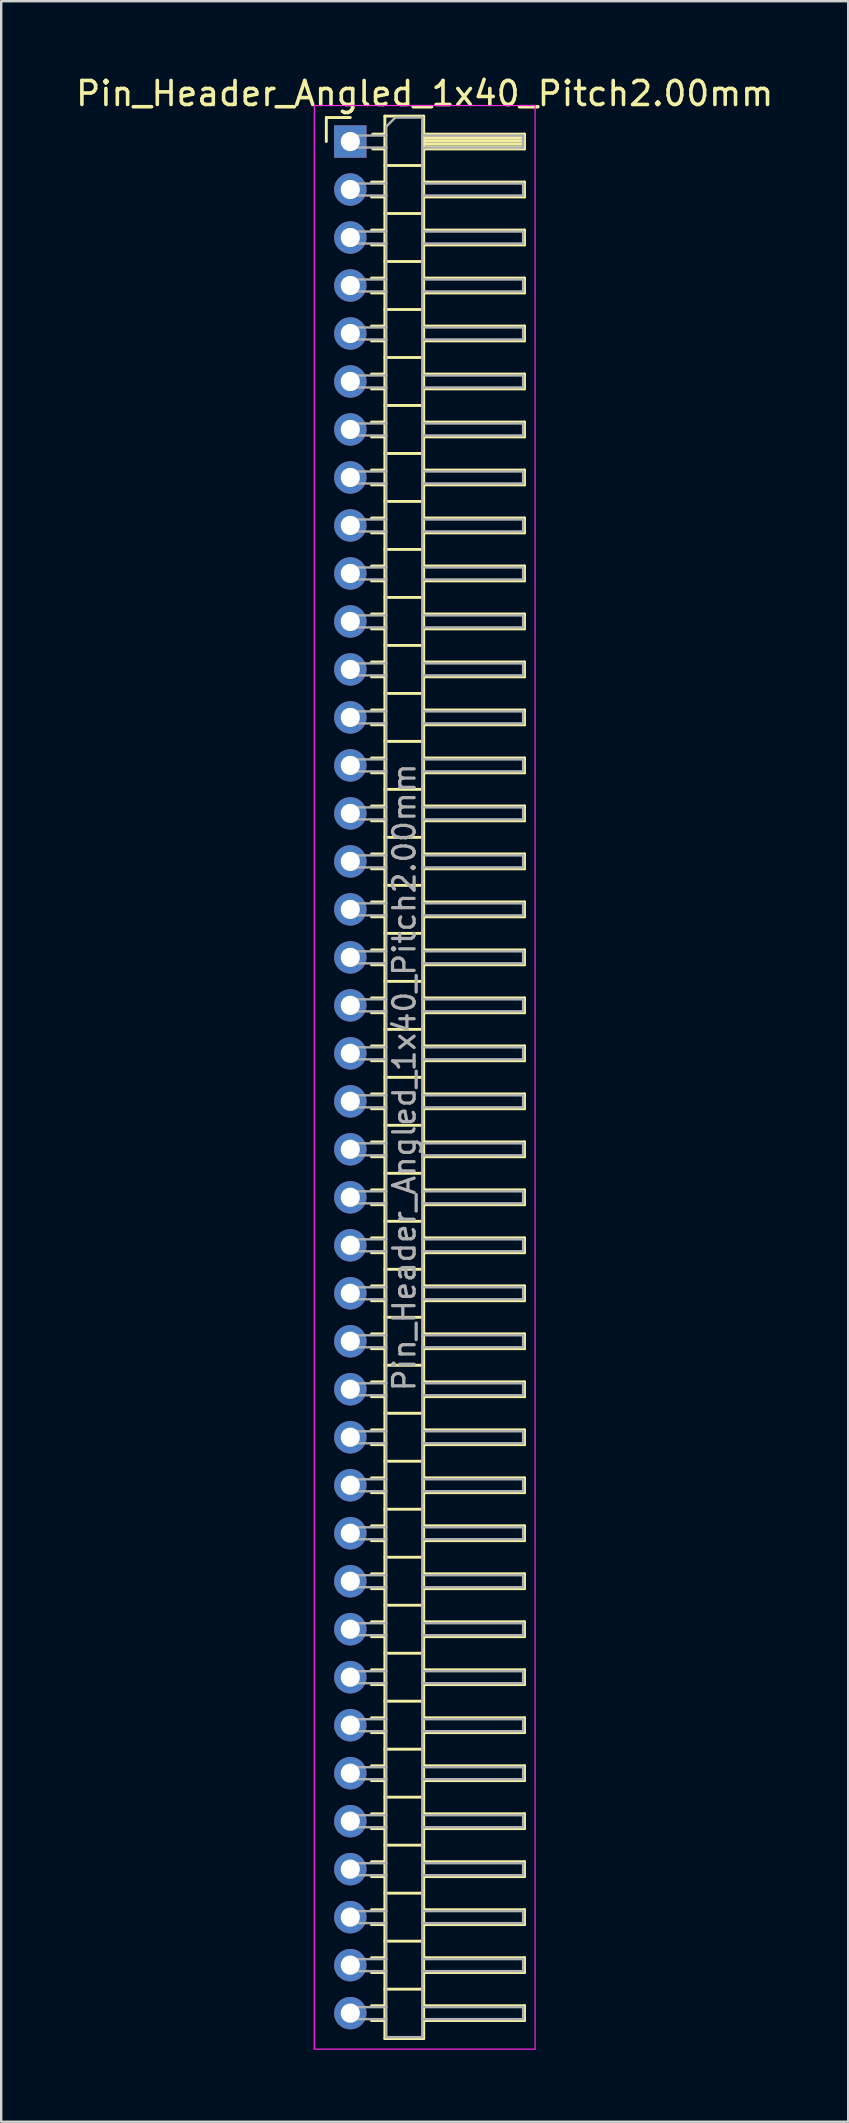
<source format=kicad_pcb>
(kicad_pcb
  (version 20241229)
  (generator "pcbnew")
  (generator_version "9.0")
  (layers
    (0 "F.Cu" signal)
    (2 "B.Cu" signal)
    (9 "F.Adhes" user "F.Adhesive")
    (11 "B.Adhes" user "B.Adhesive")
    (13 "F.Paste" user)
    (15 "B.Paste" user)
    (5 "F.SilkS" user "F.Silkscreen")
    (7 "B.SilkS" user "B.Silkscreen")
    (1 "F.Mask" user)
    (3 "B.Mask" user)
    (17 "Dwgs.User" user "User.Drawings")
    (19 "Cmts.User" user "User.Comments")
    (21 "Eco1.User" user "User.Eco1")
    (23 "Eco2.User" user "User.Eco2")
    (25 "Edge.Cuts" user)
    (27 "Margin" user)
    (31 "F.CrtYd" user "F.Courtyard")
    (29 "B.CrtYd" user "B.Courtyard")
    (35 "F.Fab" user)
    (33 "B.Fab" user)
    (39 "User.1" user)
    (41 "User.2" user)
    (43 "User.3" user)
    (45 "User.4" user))
  (footprint "Pin_Header_Angled_1x40_Pitch2.00mm"
    (layer "F.Cu")
    (at 11.549 2.848)
    (property "Reference" "Pin_Header_Angled_1x40_Pitch2.00mm" (at 3.1 -2 0) (layer "F.SilkS") (effects (font (size 1 1) (thickness 0.15))))
    (attr through_hole)
    (fp_line (start -1 -1) (end 0 -1) (stroke (width 0.12) (type solid)) (layer "F.SilkS"))
    (fp_line (start -1 0) (end -1 -1) (stroke (width 0.12) (type solid)) (layer "F.SilkS"))
    (fp_line (start 0.882 1.69) (end 1.44 1.69) (stroke (width 0.12) (type solid)) (layer "F.SilkS"))
    (fp_line (start 0.882 2.31) (end 1.44 2.31) (stroke (width 0.12) (type solid)) (layer "F.SilkS"))
    (fp_line (start 0.882 3.69) (end 1.44 3.69) (stroke (width 0.12) (type solid)) (layer "F.SilkS"))
    (fp_line (start 0.882 4.31) (end 1.44 4.31) (stroke (width 0.12) (type solid)) (layer "F.SilkS"))
    (fp_line (start 0.882 5.69) (end 1.44 5.69) (stroke (width 0.12) (type solid)) (layer "F.SilkS"))
    (fp_line (start 0.882 6.31) (end 1.44 6.31) (stroke (width 0.12) (type solid)) (layer "F.SilkS"))
    (fp_line (start 0.882 7.69) (end 1.44 7.69) (stroke (width 0.12) (type solid)) (layer "F.SilkS"))
    (fp_line (start 0.882 8.31) (end 1.44 8.31) (stroke (width 0.12) (type solid)) (layer "F.SilkS"))
    (fp_line (start 0.882 9.69) (end 1.44 9.69) (stroke (width 0.12) (type solid)) (layer "F.SilkS"))
    (fp_line (start 0.882 10.31) (end 1.44 10.31) (stroke (width 0.12) (type solid)) (layer "F.SilkS"))
    (fp_line (start 0.882 11.69) (end 1.44 11.69) (stroke (width 0.12) (type solid)) (layer "F.SilkS"))
    (fp_line (start 0.882 12.31) (end 1.44 12.31) (stroke (width 0.12) (type solid)) (layer "F.SilkS"))
    (fp_line (start 0.882 13.69) (end 1.44 13.69) (stroke (width 0.12) (type solid)) (layer "F.SilkS"))
    (fp_line (start 0.882 14.31) (end 1.44 14.31) (stroke (width 0.12) (type solid)) (layer "F.SilkS"))
    (fp_line (start 0.882 15.69) (end 1.44 15.69) (stroke (width 0.12) (type solid)) (layer "F.SilkS"))
    (fp_line (start 0.882 16.31) (end 1.44 16.31) (stroke (width 0.12) (type solid)) (layer "F.SilkS"))
    (fp_line (start 0.882 17.69) (end 1.44 17.69) (stroke (width 0.12) (type solid)) (layer "F.SilkS"))
    (fp_line (start 0.882 18.31) (end 1.44 18.31) (stroke (width 0.12) (type solid)) (layer "F.SilkS"))
    (fp_line (start 0.882 19.69) (end 1.44 19.69) (stroke (width 0.12) (type solid)) (layer "F.SilkS"))
    (fp_line (start 0.882 20.31) (end 1.44 20.31) (stroke (width 0.12) (type solid)) (layer "F.SilkS"))
    (fp_line (start 0.882 21.69) (end 1.44 21.69) (stroke (width 0.12) (type solid)) (layer "F.SilkS"))
    (fp_line (start 0.882 22.31) (end 1.44 22.31) (stroke (width 0.12) (type solid)) (layer "F.SilkS"))
    (fp_line (start 0.882 23.69) (end 1.44 23.69) (stroke (width 0.12) (type solid)) (layer "F.SilkS"))
    (fp_line (start 0.882 24.31) (end 1.44 24.31) (stroke (width 0.12) (type solid)) (layer "F.SilkS"))
    (fp_line (start 0.882 25.69) (end 1.44 25.69) (stroke (width 0.12) (type solid)) (layer "F.SilkS"))
    (fp_line (start 0.882 26.31) (end 1.44 26.31) (stroke (width 0.12) (type solid)) (layer "F.SilkS"))
    (fp_line (start 0.882 27.69) (end 1.44 27.69) (stroke (width 0.12) (type solid)) (layer "F.SilkS"))
    (fp_line (start 0.882 28.31) (end 1.44 28.31) (stroke (width 0.12) (type solid)) (layer "F.SilkS"))
    (fp_line (start 0.882 29.69) (end 1.44 29.69) (stroke (width 0.12) (type solid)) (layer "F.SilkS"))
    (fp_line (start 0.882 30.31) (end 1.44 30.31) (stroke (width 0.12) (type solid)) (layer "F.SilkS"))
    (fp_line (start 0.882 31.69) (end 1.44 31.69) (stroke (width 0.12) (type solid)) (layer "F.SilkS"))
    (fp_line (start 0.882 32.31) (end 1.44 32.31) (stroke (width 0.12) (type solid)) (layer "F.SilkS"))
    (fp_line (start 0.882 33.69) (end 1.44 33.69) (stroke (width 0.12) (type solid)) (layer "F.SilkS"))
    (fp_line (start 0.882 34.31) (end 1.44 34.31) (stroke (width 0.12) (type solid)) (layer "F.SilkS"))
    (fp_line (start 0.882 35.69) (end 1.44 35.69) (stroke (width 0.12) (type solid)) (layer "F.SilkS"))
    (fp_line (start 0.882 36.31) (end 1.44 36.31) (stroke (width 0.12) (type solid)) (layer "F.SilkS"))
    (fp_line (start 0.882 37.69) (end 1.44 37.69) (stroke (width 0.12) (type solid)) (layer "F.SilkS"))
    (fp_line (start 0.882 38.31) (end 1.44 38.31) (stroke (width 0.12) (type solid)) (layer "F.SilkS"))
    (fp_line (start 0.882 39.69) (end 1.44 39.69) (stroke (width 0.12) (type solid)) (layer "F.SilkS"))
    (fp_line (start 0.882 40.31) (end 1.44 40.31) (stroke (width 0.12) (type solid)) (layer "F.SilkS"))
    (fp_line (start 0.882 41.69) (end 1.44 41.69) (stroke (width 0.12) (type solid)) (layer "F.SilkS"))
    (fp_line (start 0.882 42.31) (end 1.44 42.31) (stroke (width 0.12) (type solid)) (layer "F.SilkS"))
    (fp_line (start 0.882 43.69) (end 1.44 43.69) (stroke (width 0.12) (type solid)) (layer "F.SilkS"))
    (fp_line (start 0.882 44.31) (end 1.44 44.31) (stroke (width 0.12) (type solid)) (layer "F.SilkS"))
    (fp_line (start 0.882 45.69) (end 1.44 45.69) (stroke (width 0.12) (type solid)) (layer "F.SilkS"))
    (fp_line (start 0.882 46.31) (end 1.44 46.31) (stroke (width 0.12) (type solid)) (layer "F.SilkS"))
    (fp_line (start 0.882 47.69) (end 1.44 47.69) (stroke (width 0.12) (type solid)) (layer "F.SilkS"))
    (fp_line (start 0.882 48.31) (end 1.44 48.31) (stroke (width 0.12) (type solid)) (layer "F.SilkS"))
    (fp_line (start 0.882 49.69) (end 1.44 49.69) (stroke (width 0.12) (type solid)) (layer "F.SilkS"))
    (fp_line (start 0.882 50.31) (end 1.44 50.31) (stroke (width 0.12) (type solid)) (layer "F.SilkS"))
    (fp_line (start 0.882 51.69) (end 1.44 51.69) (stroke (width 0.12) (type solid)) (layer "F.SilkS"))
    (fp_line (start 0.882 52.31) (end 1.44 52.31) (stroke (width 0.12) (type solid)) (layer "F.SilkS"))
    (fp_line (start 0.882 53.69) (end 1.44 53.69) (stroke (width 0.12) (type solid)) (layer "F.SilkS"))
    (fp_line (start 0.882 54.31) (end 1.44 54.31) (stroke (width 0.12) (type solid)) (layer "F.SilkS"))
    (fp_line (start 0.882 55.69) (end 1.44 55.69) (stroke (width 0.12) (type solid)) (layer "F.SilkS"))
    (fp_line (start 0.882 56.31) (end 1.44 56.31) (stroke (width 0.12) (type solid)) (layer "F.SilkS"))
    (fp_line (start 0.882 57.69) (end 1.44 57.69) (stroke (width 0.12) (type solid)) (layer "F.SilkS"))
    (fp_line (start 0.882 58.31) (end 1.44 58.31) (stroke (width 0.12) (type solid)) (layer "F.SilkS"))
    (fp_line (start 0.882 59.69) (end 1.44 59.69) (stroke (width 0.12) (type solid)) (layer "F.SilkS"))
    (fp_line (start 0.882 60.31) (end 1.44 60.31) (stroke (width 0.12) (type solid)) (layer "F.SilkS"))
    (fp_line (start 0.882 61.69) (end 1.44 61.69) (stroke (width 0.12) (type solid)) (layer "F.SilkS"))
    (fp_line (start 0.882 62.31) (end 1.44 62.31) (stroke (width 0.12) (type solid)) (layer "F.SilkS"))
    (fp_line (start 0.882 63.69) (end 1.44 63.69) (stroke (width 0.12) (type solid)) (layer "F.SilkS"))
    (fp_line (start 0.882 64.31) (end 1.44 64.31) (stroke (width 0.12) (type solid)) (layer "F.SilkS"))
    (fp_line (start 0.882 65.69) (end 1.44 65.69) (stroke (width 0.12) (type solid)) (layer "F.SilkS"))
    (fp_line (start 0.882 66.31) (end 1.44 66.31) (stroke (width 0.12) (type solid)) (layer "F.SilkS"))
    (fp_line (start 0.882 67.69) (end 1.44 67.69) (stroke (width 0.12) (type solid)) (layer "F.SilkS"))
    (fp_line (start 0.882 68.31) (end 1.44 68.31) (stroke (width 0.12) (type solid)) (layer "F.SilkS"))
    (fp_line (start 0.882 69.69) (end 1.44 69.69) (stroke (width 0.12) (type solid)) (layer "F.SilkS"))
    (fp_line (start 0.882 70.31) (end 1.44 70.31) (stroke (width 0.12) (type solid)) (layer "F.SilkS"))
    (fp_line (start 0.882 71.69) (end 1.44 71.69) (stroke (width 0.12) (type solid)) (layer "F.SilkS"))
    (fp_line (start 0.882 72.31) (end 1.44 72.31) (stroke (width 0.12) (type solid)) (layer "F.SilkS"))
    (fp_line (start 0.882 73.69) (end 1.44 73.69) (stroke (width 0.12) (type solid)) (layer "F.SilkS"))
    (fp_line (start 0.882 74.31) (end 1.44 74.31) (stroke (width 0.12) (type solid)) (layer "F.SilkS"))
    (fp_line (start 0.882 75.69) (end 1.44 75.69) (stroke (width 0.12) (type solid)) (layer "F.SilkS"))
    (fp_line (start 0.882 76.31) (end 1.44 76.31) (stroke (width 0.12) (type solid)) (layer "F.SilkS"))
    (fp_line (start 0.882 77.69) (end 1.44 77.69) (stroke (width 0.12) (type solid)) (layer "F.SilkS"))
    (fp_line (start 0.882 78.31) (end 1.44 78.31) (stroke (width 0.12) (type solid)) (layer "F.SilkS"))
    (fp_line (start 0.935 -0.31) (end 1.44 -0.31) (stroke (width 0.12) (type solid)) (layer "F.SilkS"))
    (fp_line (start 0.935 0.31) (end 1.44 0.31) (stroke (width 0.12) (type solid)) (layer "F.SilkS"))
    (fp_line (start 1.44 -1.06) (end 1.44 79.06) (stroke (width 0.12) (type solid)) (layer "F.SilkS"))
    (fp_line (start 1.44 1) (end 3.06 1) (stroke (width 0.12) (type solid)) (layer "F.SilkS"))
    (fp_line (start 1.44 3) (end 3.06 3) (stroke (width 0.12) (type solid)) (layer "F.SilkS"))
    (fp_line (start 1.44 5) (end 3.06 5) (stroke (width 0.12) (type solid)) (layer "F.SilkS"))
    (fp_line (start 1.44 7) (end 3.06 7) (stroke (width 0.12) (type solid)) (layer "F.SilkS"))
    (fp_line (start 1.44 9) (end 3.06 9) (stroke (width 0.12) (type solid)) (layer "F.SilkS"))
    (fp_line (start 1.44 11) (end 3.06 11) (stroke (width 0.12) (type solid)) (layer "F.SilkS"))
    (fp_line (start 1.44 13) (end 3.06 13) (stroke (width 0.12) (type solid)) (layer "F.SilkS"))
    (fp_line (start 1.44 15) (end 3.06 15) (stroke (width 0.12) (type solid)) (layer "F.SilkS"))
    (fp_line (start 1.44 17) (end 3.06 17) (stroke (width 0.12) (type solid)) (layer "F.SilkS"))
    (fp_line (start 1.44 19) (end 3.06 19) (stroke (width 0.12) (type solid)) (layer "F.SilkS"))
    (fp_line (start 1.44 21) (end 3.06 21) (stroke (width 0.12) (type solid)) (layer "F.SilkS"))
    (fp_line (start 1.44 23) (end 3.06 23) (stroke (width 0.12) (type solid)) (layer "F.SilkS"))
    (fp_line (start 1.44 25) (end 3.06 25) (stroke (width 0.12) (type solid)) (layer "F.SilkS"))
    (fp_line (start 1.44 27) (end 3.06 27) (stroke (width 0.12) (type solid)) (layer "F.SilkS"))
    (fp_line (start 1.44 29) (end 3.06 29) (stroke (width 0.12) (type solid)) (layer "F.SilkS"))
    (fp_line (start 1.44 31) (end 3.06 31) (stroke (width 0.12) (type solid)) (layer "F.SilkS"))
    (fp_line (start 1.44 33) (end 3.06 33) (stroke (width 0.12) (type solid)) (layer "F.SilkS"))
    (fp_line (start 1.44 35) (end 3.06 35) (stroke (width 0.12) (type solid)) (layer "F.SilkS"))
    (fp_line (start 1.44 37) (end 3.06 37) (stroke (width 0.12) (type solid)) (layer "F.SilkS"))
    (fp_line (start 1.44 39) (end 3.06 39) (stroke (width 0.12) (type solid)) (layer "F.SilkS"))
    (fp_line (start 1.44 41) (end 3.06 41) (stroke (width 0.12) (type solid)) (layer "F.SilkS"))
    (fp_line (start 1.44 43) (end 3.06 43) (stroke (width 0.12) (type solid)) (layer "F.SilkS"))
    (fp_line (start 1.44 45) (end 3.06 45) (stroke (width 0.12) (type solid)) (layer "F.SilkS"))
    (fp_line (start 1.44 47) (end 3.06 47) (stroke (width 0.12) (type solid)) (layer "F.SilkS"))
    (fp_line (start 1.44 49) (end 3.06 49) (stroke (width 0.12) (type solid)) (layer "F.SilkS"))
    (fp_line (start 1.44 51) (end 3.06 51) (stroke (width 0.12) (type solid)) (layer "F.SilkS"))
    (fp_line (start 1.44 53) (end 3.06 53) (stroke (width 0.12) (type solid)) (layer "F.SilkS"))
    (fp_line (start 1.44 55) (end 3.06 55) (stroke (width 0.12) (type solid)) (layer "F.SilkS"))
    (fp_line (start 1.44 57) (end 3.06 57) (stroke (width 0.12) (type solid)) (layer "F.SilkS"))
    (fp_line (start 1.44 59) (end 3.06 59) (stroke (width 0.12) (type solid)) (layer "F.SilkS"))
    (fp_line (start 1.44 61) (end 3.06 61) (stroke (width 0.12) (type solid)) (layer "F.SilkS"))
    (fp_line (start 1.44 63) (end 3.06 63) (stroke (width 0.12) (type solid)) (layer "F.SilkS"))
    (fp_line (start 1.44 65) (end 3.06 65) (stroke (width 0.12) (type solid)) (layer "F.SilkS"))
    (fp_line (start 1.44 67) (end 3.06 67) (stroke (width 0.12) (type solid)) (layer "F.SilkS"))
    (fp_line (start 1.44 69) (end 3.06 69) (stroke (width 0.12) (type solid)) (layer "F.SilkS"))
    (fp_line (start 1.44 71) (end 3.06 71) (stroke (width 0.12) (type solid)) (layer "F.SilkS"))
    (fp_line (start 1.44 73) (end 3.06 73) (stroke (width 0.12) (type solid)) (layer "F.SilkS"))
    (fp_line (start 1.44 75) (end 3.06 75) (stroke (width 0.12) (type solid)) (layer "F.SilkS"))
    (fp_line (start 1.44 77) (end 3.06 77) (stroke (width 0.12) (type solid)) (layer "F.SilkS"))
    (fp_line (start 1.44 79.06) (end 3.06 79.06) (stroke (width 0.12) (type solid)) (layer "F.SilkS"))
    (fp_line (start 3.06 -1.06) (end 1.44 -1.06) (stroke (width 0.12) (type solid)) (layer "F.SilkS"))
    (fp_line (start 3.06 -0.31) (end 7.26 -0.31) (stroke (width 0.12) (type solid)) (layer "F.SilkS"))
    (fp_line (start 3.06 -0.25) (end 7.26 -0.25) (stroke (width 0.12) (type solid)) (layer "F.SilkS"))
    (fp_line (start 3.06 -0.13) (end 7.26 -0.13) (stroke (width 0.12) (type solid)) (layer "F.SilkS"))
    (fp_line (start 3.06 -0.01) (end 7.26 -0.01) (stroke (width 0.12) (type solid)) (layer "F.SilkS"))
    (fp_line (start 3.06 0.11) (end 7.26 0.11) (stroke (width 0.12) (type solid)) (layer "F.SilkS"))
    (fp_line (start 3.06 0.23) (end 7.26 0.23) (stroke (width 0.12) (type solid)) (layer "F.SilkS"))
    (fp_line (start 3.06 1.69) (end 7.26 1.69) (stroke (width 0.12) (type solid)) (layer "F.SilkS"))
    (fp_line (start 3.06 3.69) (end 7.26 3.69) (stroke (width 0.12) (type solid)) (layer "F.SilkS"))
    (fp_line (start 3.06 5.69) (end 7.26 5.69) (stroke (width 0.12) (type solid)) (layer "F.SilkS"))
    (fp_line (start 3.06 7.69) (end 7.26 7.69) (stroke (width 0.12) (type solid)) (layer "F.SilkS"))
    (fp_line (start 3.06 9.69) (end 7.26 9.69) (stroke (width 0.12) (type solid)) (layer "F.SilkS"))
    (fp_line (start 3.06 11.69) (end 7.26 11.69) (stroke (width 0.12) (type solid)) (layer "F.SilkS"))
    (fp_line (start 3.06 13.69) (end 7.26 13.69) (stroke (width 0.12) (type solid)) (layer "F.SilkS"))
    (fp_line (start 3.06 15.69) (end 7.26 15.69) (stroke (width 0.12) (type solid)) (layer "F.SilkS"))
    (fp_line (start 3.06 17.69) (end 7.26 17.69) (stroke (width 0.12) (type solid)) (layer "F.SilkS"))
    (fp_line (start 3.06 19.69) (end 7.26 19.69) (stroke (width 0.12) (type solid)) (layer "F.SilkS"))
    (fp_line (start 3.06 21.69) (end 7.26 21.69) (stroke (width 0.12) (type solid)) (layer "F.SilkS"))
    (fp_line (start 3.06 23.69) (end 7.26 23.69) (stroke (width 0.12) (type solid)) (layer "F.SilkS"))
    (fp_line (start 3.06 25.69) (end 7.26 25.69) (stroke (width 0.12) (type solid)) (layer "F.SilkS"))
    (fp_line (start 3.06 27.69) (end 7.26 27.69) (stroke (width 0.12) (type solid)) (layer "F.SilkS"))
    (fp_line (start 3.06 29.69) (end 7.26 29.69) (stroke (width 0.12) (type solid)) (layer "F.SilkS"))
    (fp_line (start 3.06 31.69) (end 7.26 31.69) (stroke (width 0.12) (type solid)) (layer "F.SilkS"))
    (fp_line (start 3.06 33.69) (end 7.26 33.69) (stroke (width 0.12) (type solid)) (layer "F.SilkS"))
    (fp_line (start 3.06 35.69) (end 7.26 35.69) (stroke (width 0.12) (type solid)) (layer "F.SilkS"))
    (fp_line (start 3.06 37.69) (end 7.26 37.69) (stroke (width 0.12) (type solid)) (layer "F.SilkS"))
    (fp_line (start 3.06 39.69) (end 7.26 39.69) (stroke (width 0.12) (type solid)) (layer "F.SilkS"))
    (fp_line (start 3.06 41.69) (end 7.26 41.69) (stroke (width 0.12) (type solid)) (layer "F.SilkS"))
    (fp_line (start 3.06 43.69) (end 7.26 43.69) (stroke (width 0.12) (type solid)) (layer "F.SilkS"))
    (fp_line (start 3.06 45.69) (end 7.26 45.69) (stroke (width 0.12) (type solid)) (layer "F.SilkS"))
    (fp_line (start 3.06 47.69) (end 7.26 47.69) (stroke (width 0.12) (type solid)) (layer "F.SilkS"))
    (fp_line (start 3.06 49.69) (end 7.26 49.69) (stroke (width 0.12) (type solid)) (layer "F.SilkS"))
    (fp_line (start 3.06 51.69) (end 7.26 51.69) (stroke (width 0.12) (type solid)) (layer "F.SilkS"))
    (fp_line (start 3.06 53.69) (end 7.26 53.69) (stroke (width 0.12) (type solid)) (layer "F.SilkS"))
    (fp_line (start 3.06 55.69) (end 7.26 55.69) (stroke (width 0.12) (type solid)) (layer "F.SilkS"))
    (fp_line (start 3.06 57.69) (end 7.26 57.69) (stroke (width 0.12) (type solid)) (layer "F.SilkS"))
    (fp_line (start 3.06 59.69) (end 7.26 59.69) (stroke (width 0.12) (type solid)) (layer "F.SilkS"))
    (fp_line (start 3.06 61.69) (end 7.26 61.69) (stroke (width 0.12) (type solid)) (layer "F.SilkS"))
    (fp_line (start 3.06 63.69) (end 7.26 63.69) (stroke (width 0.12) (type solid)) (layer "F.SilkS"))
    (fp_line (start 3.06 65.69) (end 7.26 65.69) (stroke (width 0.12) (type solid)) (layer "F.SilkS"))
    (fp_line (start 3.06 67.69) (end 7.26 67.69) (stroke (width 0.12) (type solid)) (layer "F.SilkS"))
    (fp_line (start 3.06 69.69) (end 7.26 69.69) (stroke (width 0.12) (type solid)) (layer "F.SilkS"))
    (fp_line (start 3.06 71.69) (end 7.26 71.69) (stroke (width 0.12) (type solid)) (layer "F.SilkS"))
    (fp_line (start 3.06 73.69) (end 7.26 73.69) (stroke (width 0.12) (type solid)) (layer "F.SilkS"))
    (fp_line (start 3.06 75.69) (end 7.26 75.69) (stroke (width 0.12) (type solid)) (layer "F.SilkS"))
    (fp_line (start 3.06 77.69) (end 7.26 77.69) (stroke (width 0.12) (type solid)) (layer "F.SilkS"))
    (fp_line (start 3.06 79.06) (end 3.06 -1.06) (stroke (width 0.12) (type solid)) (layer "F.SilkS"))
    (fp_line (start 7.26 -0.31) (end 7.26 0.31) (stroke (width 0.12) (type solid)) (layer "F.SilkS"))
    (fp_line (start 7.26 0.31) (end 3.06 0.31) (stroke (width 0.12) (type solid)) (layer "F.SilkS"))
    (fp_line (start 7.26 1.69) (end 7.26 2.31) (stroke (width 0.12) (type solid)) (layer "F.SilkS"))
    (fp_line (start 7.26 2.31) (end 3.06 2.31) (stroke (width 0.12) (type solid)) (layer "F.SilkS"))
    (fp_line (start 7.26 3.69) (end 7.26 4.31) (stroke (width 0.12) (type solid)) (layer "F.SilkS"))
    (fp_line (start 7.26 4.31) (end 3.06 4.31) (stroke (width 0.12) (type solid)) (layer "F.SilkS"))
    (fp_line (start 7.26 5.69) (end 7.26 6.31) (stroke (width 0.12) (type solid)) (layer "F.SilkS"))
    (fp_line (start 7.26 6.31) (end 3.06 6.31) (stroke (width 0.12) (type solid)) (layer "F.SilkS"))
    (fp_line (start 7.26 7.69) (end 7.26 8.31) (stroke (width 0.12) (type solid)) (layer "F.SilkS"))
    (fp_line (start 7.26 8.31) (end 3.06 8.31) (stroke (width 0.12) (type solid)) (layer "F.SilkS"))
    (fp_line (start 7.26 9.69) (end 7.26 10.31) (stroke (width 0.12) (type solid)) (layer "F.SilkS"))
    (fp_line (start 7.26 10.31) (end 3.06 10.31) (stroke (width 0.12) (type solid)) (layer "F.SilkS"))
    (fp_line (start 7.26 11.69) (end 7.26 12.31) (stroke (width 0.12) (type solid)) (layer "F.SilkS"))
    (fp_line (start 7.26 12.31) (end 3.06 12.31) (stroke (width 0.12) (type solid)) (layer "F.SilkS"))
    (fp_line (start 7.26 13.69) (end 7.26 14.31) (stroke (width 0.12) (type solid)) (layer "F.SilkS"))
    (fp_line (start 7.26 14.31) (end 3.06 14.31) (stroke (width 0.12) (type solid)) (layer "F.SilkS"))
    (fp_line (start 7.26 15.69) (end 7.26 16.31) (stroke (width 0.12) (type solid)) (layer "F.SilkS"))
    (fp_line (start 7.26 16.31) (end 3.06 16.31) (stroke (width 0.12) (type solid)) (layer "F.SilkS"))
    (fp_line (start 7.26 17.69) (end 7.26 18.31) (stroke (width 0.12) (type solid)) (layer "F.SilkS"))
    (fp_line (start 7.26 18.31) (end 3.06 18.31) (stroke (width 0.12) (type solid)) (layer "F.SilkS"))
    (fp_line (start 7.26 19.69) (end 7.26 20.31) (stroke (width 0.12) (type solid)) (layer "F.SilkS"))
    (fp_line (start 7.26 20.31) (end 3.06 20.31) (stroke (width 0.12) (type solid)) (layer "F.SilkS"))
    (fp_line (start 7.26 21.69) (end 7.26 22.31) (stroke (width 0.12) (type solid)) (layer "F.SilkS"))
    (fp_line (start 7.26 22.31) (end 3.06 22.31) (stroke (width 0.12) (type solid)) (layer "F.SilkS"))
    (fp_line (start 7.26 23.69) (end 7.26 24.31) (stroke (width 0.12) (type solid)) (layer "F.SilkS"))
    (fp_line (start 7.26 24.31) (end 3.06 24.31) (stroke (width 0.12) (type solid)) (layer "F.SilkS"))
    (fp_line (start 7.26 25.69) (end 7.26 26.31) (stroke (width 0.12) (type solid)) (layer "F.SilkS"))
    (fp_line (start 7.26 26.31) (end 3.06 26.31) (stroke (width 0.12) (type solid)) (layer "F.SilkS"))
    (fp_line (start 7.26 27.69) (end 7.26 28.31) (stroke (width 0.12) (type solid)) (layer "F.SilkS"))
    (fp_line (start 7.26 28.31) (end 3.06 28.31) (stroke (width 0.12) (type solid)) (layer "F.SilkS"))
    (fp_line (start 7.26 29.69) (end 7.26 30.31) (stroke (width 0.12) (type solid)) (layer "F.SilkS"))
    (fp_line (start 7.26 30.31) (end 3.06 30.31) (stroke (width 0.12) (type solid)) (layer "F.SilkS"))
    (fp_line (start 7.26 31.69) (end 7.26 32.31) (stroke (width 0.12) (type solid)) (layer "F.SilkS"))
    (fp_line (start 7.26 32.31) (end 3.06 32.31) (stroke (width 0.12) (type solid)) (layer "F.SilkS"))
    (fp_line (start 7.26 33.69) (end 7.26 34.31) (stroke (width 0.12) (type solid)) (layer "F.SilkS"))
    (fp_line (start 7.26 34.31) (end 3.06 34.31) (stroke (width 0.12) (type solid)) (layer "F.SilkS"))
    (fp_line (start 7.26 35.69) (end 7.26 36.31) (stroke (width 0.12) (type solid)) (layer "F.SilkS"))
    (fp_line (start 7.26 36.31) (end 3.06 36.31) (stroke (width 0.12) (type solid)) (layer "F.SilkS"))
    (fp_line (start 7.26 37.69) (end 7.26 38.31) (stroke (width 0.12) (type solid)) (layer "F.SilkS"))
    (fp_line (start 7.26 38.31) (end 3.06 38.31) (stroke (width 0.12) (type solid)) (layer "F.SilkS"))
    (fp_line (start 7.26 39.69) (end 7.26 40.31) (stroke (width 0.12) (type solid)) (layer "F.SilkS"))
    (fp_line (start 7.26 40.31) (end 3.06 40.31) (stroke (width 0.12) (type solid)) (layer "F.SilkS"))
    (fp_line (start 7.26 41.69) (end 7.26 42.31) (stroke (width 0.12) (type solid)) (layer "F.SilkS"))
    (fp_line (start 7.26 42.31) (end 3.06 42.31) (stroke (width 0.12) (type solid)) (layer "F.SilkS"))
    (fp_line (start 7.26 43.69) (end 7.26 44.31) (stroke (width 0.12) (type solid)) (layer "F.SilkS"))
    (fp_line (start 7.26 44.31) (end 3.06 44.31) (stroke (width 0.12) (type solid)) (layer "F.SilkS"))
    (fp_line (start 7.26 45.69) (end 7.26 46.31) (stroke (width 0.12) (type solid)) (layer "F.SilkS"))
    (fp_line (start 7.26 46.31) (end 3.06 46.31) (stroke (width 0.12) (type solid)) (layer "F.SilkS"))
    (fp_line (start 7.26 47.69) (end 7.26 48.31) (stroke (width 0.12) (type solid)) (layer "F.SilkS"))
    (fp_line (start 7.26 48.31) (end 3.06 48.31) (stroke (width 0.12) (type solid)) (layer "F.SilkS"))
    (fp_line (start 7.26 49.69) (end 7.26 50.31) (stroke (width 0.12) (type solid)) (layer "F.SilkS"))
    (fp_line (start 7.26 50.31) (end 3.06 50.31) (stroke (width 0.12) (type solid)) (layer "F.SilkS"))
    (fp_line (start 7.26 51.69) (end 7.26 52.31) (stroke (width 0.12) (type solid)) (layer "F.SilkS"))
    (fp_line (start 7.26 52.31) (end 3.06 52.31) (stroke (width 0.12) (type solid)) (layer "F.SilkS"))
    (fp_line (start 7.26 53.69) (end 7.26 54.31) (stroke (width 0.12) (type solid)) (layer "F.SilkS"))
    (fp_line (start 7.26 54.31) (end 3.06 54.31) (stroke (width 0.12) (type solid)) (layer "F.SilkS"))
    (fp_line (start 7.26 55.69) (end 7.26 56.31) (stroke (width 0.12) (type solid)) (layer "F.SilkS"))
    (fp_line (start 7.26 56.31) (end 3.06 56.31) (stroke (width 0.12) (type solid)) (layer "F.SilkS"))
    (fp_line (start 7.26 57.69) (end 7.26 58.31) (stroke (width 0.12) (type solid)) (layer "F.SilkS"))
    (fp_line (start 7.26 58.31) (end 3.06 58.31) (stroke (width 0.12) (type solid)) (layer "F.SilkS"))
    (fp_line (start 7.26 59.69) (end 7.26 60.31) (stroke (width 0.12) (type solid)) (layer "F.SilkS"))
    (fp_line (start 7.26 60.31) (end 3.06 60.31) (stroke (width 0.12) (type solid)) (layer "F.SilkS"))
    (fp_line (start 7.26 61.69) (end 7.26 62.31) (stroke (width 0.12) (type solid)) (layer "F.SilkS"))
    (fp_line (start 7.26 62.31) (end 3.06 62.31) (stroke (width 0.12) (type solid)) (layer "F.SilkS"))
    (fp_line (start 7.26 63.69) (end 7.26 64.31) (stroke (width 0.12) (type solid)) (layer "F.SilkS"))
    (fp_line (start 7.26 64.31) (end 3.06 64.31) (stroke (width 0.12) (type solid)) (layer "F.SilkS"))
    (fp_line (start 7.26 65.69) (end 7.26 66.31) (stroke (width 0.12) (type solid)) (layer "F.SilkS"))
    (fp_line (start 7.26 66.31) (end 3.06 66.31) (stroke (width 0.12) (type solid)) (layer "F.SilkS"))
    (fp_line (start 7.26 67.69) (end 7.26 68.31) (stroke (width 0.12) (type solid)) (layer "F.SilkS"))
    (fp_line (start 7.26 68.31) (end 3.06 68.31) (stroke (width 0.12) (type solid)) (layer "F.SilkS"))
    (fp_line (start 7.26 69.69) (end 7.26 70.31) (stroke (width 0.12) (type solid)) (layer "F.SilkS"))
    (fp_line (start 7.26 70.31) (end 3.06 70.31) (stroke (width 0.12) (type solid)) (layer "F.SilkS"))
    (fp_line (start 7.26 71.69) (end 7.26 72.31) (stroke (width 0.12) (type solid)) (layer "F.SilkS"))
    (fp_line (start 7.26 72.31) (end 3.06 72.31) (stroke (width 0.12) (type solid)) (layer "F.SilkS"))
    (fp_line (start 7.26 73.69) (end 7.26 74.31) (stroke (width 0.12) (type solid)) (layer "F.SilkS"))
    (fp_line (start 7.26 74.31) (end 3.06 74.31) (stroke (width 0.12) (type solid)) (layer "F.SilkS"))
    (fp_line (start 7.26 75.69) (end 7.26 76.31) (stroke (width 0.12) (type solid)) (layer "F.SilkS"))
    (fp_line (start 7.26 76.31) (end 3.06 76.31) (stroke (width 0.12) (type solid)) (layer "F.SilkS"))
    (fp_line (start 7.26 77.69) (end 7.26 78.31) (stroke (width 0.12) (type solid)) (layer "F.SilkS"))
    (fp_line (start 7.26 78.31) (end 3.06 78.31) (stroke (width 0.12) (type solid)) (layer "F.SilkS"))
    (fp_line (start -1.5 -1.5) (end -1.5 79.5) (stroke (width 0.05) (type solid)) (layer "F.CrtYd"))
    (fp_line (start -1.5 79.5) (end 7.7 79.5) (stroke (width 0.05) (type solid)) (layer "F.CrtYd"))
    (fp_line (start 7.7 -1.5) (end -1.5 -1.5) (stroke (width 0.05) (type solid)) (layer "F.CrtYd"))
    (fp_line (start 7.7 79.5) (end 7.7 -1.5) (stroke (width 0.05) (type solid)) (layer "F.CrtYd"))
    (fp_line (start -0.25 -0.25) (end -0.25 0.25) (stroke (width 0.1) (type solid)) (layer "F.Fab"))
    (fp_line (start -0.25 -0.25) (end 1.5 -0.25) (stroke (width 0.1) (type solid)) (layer "F.Fab"))
    (fp_line (start -0.25 0.25) (end 1.5 0.25) (stroke (width 0.1) (type solid)) (layer "F.Fab"))
    (fp_line (start -0.25 1.75) (end -0.25 2.25) (stroke (width 0.1) (type solid)) (layer "F.Fab"))
    (fp_line (start -0.25 1.75) (end 1.5 1.75) (stroke (width 0.1) (type solid)) (layer "F.Fab"))
    (fp_line (start -0.25 2.25) (end 1.5 2.25) (stroke (width 0.1) (type solid)) (layer "F.Fab"))
    (fp_line (start -0.25 3.75) (end -0.25 4.25) (stroke (width 0.1) (type solid)) (layer "F.Fab"))
    (fp_line (start -0.25 3.75) (end 1.5 3.75) (stroke (width 0.1) (type solid)) (layer "F.Fab"))
    (fp_line (start -0.25 4.25) (end 1.5 4.25) (stroke (width 0.1) (type solid)) (layer "F.Fab"))
    (fp_line (start -0.25 5.75) (end -0.25 6.25) (stroke (width 0.1) (type solid)) (layer "F.Fab"))
    (fp_line (start -0.25 5.75) (end 1.5 5.75) (stroke (width 0.1) (type solid)) (layer "F.Fab"))
    (fp_line (start -0.25 6.25) (end 1.5 6.25) (stroke (width 0.1) (type solid)) (layer "F.Fab"))
    (fp_line (start -0.25 7.75) (end -0.25 8.25) (stroke (width 0.1) (type solid)) (layer "F.Fab"))
    (fp_line (start -0.25 7.75) (end 1.5 7.75) (stroke (width 0.1) (type solid)) (layer "F.Fab"))
    (fp_line (start -0.25 8.25) (end 1.5 8.25) (stroke (width 0.1) (type solid)) (layer "F.Fab"))
    (fp_line (start -0.25 9.75) (end -0.25 10.25) (stroke (width 0.1) (type solid)) (layer "F.Fab"))
    (fp_line (start -0.25 9.75) (end 1.5 9.75) (stroke (width 0.1) (type solid)) (layer "F.Fab"))
    (fp_line (start -0.25 10.25) (end 1.5 10.25) (stroke (width 0.1) (type solid)) (layer "F.Fab"))
    (fp_line (start -0.25 11.75) (end -0.25 12.25) (stroke (width 0.1) (type solid)) (layer "F.Fab"))
    (fp_line (start -0.25 11.75) (end 1.5 11.75) (stroke (width 0.1) (type solid)) (layer "F.Fab"))
    (fp_line (start -0.25 12.25) (end 1.5 12.25) (stroke (width 0.1) (type solid)) (layer "F.Fab"))
    (fp_line (start -0.25 13.75) (end -0.25 14.25) (stroke (width 0.1) (type solid)) (layer "F.Fab"))
    (fp_line (start -0.25 13.75) (end 1.5 13.75) (stroke (width 0.1) (type solid)) (layer "F.Fab"))
    (fp_line (start -0.25 14.25) (end 1.5 14.25) (stroke (width 0.1) (type solid)) (layer "F.Fab"))
    (fp_line (start -0.25 15.75) (end -0.25 16.25) (stroke (width 0.1) (type solid)) (layer "F.Fab"))
    (fp_line (start -0.25 15.75) (end 1.5 15.75) (stroke (width 0.1) (type solid)) (layer "F.Fab"))
    (fp_line (start -0.25 16.25) (end 1.5 16.25) (stroke (width 0.1) (type solid)) (layer "F.Fab"))
    (fp_line (start -0.25 17.75) (end -0.25 18.25) (stroke (width 0.1) (type solid)) (layer "F.Fab"))
    (fp_line (start -0.25 17.75) (end 1.5 17.75) (stroke (width 0.1) (type solid)) (layer "F.Fab"))
    (fp_line (start -0.25 18.25) (end 1.5 18.25) (stroke (width 0.1) (type solid)) (layer "F.Fab"))
    (fp_line (start -0.25 19.75) (end -0.25 20.25) (stroke (width 0.1) (type solid)) (layer "F.Fab"))
    (fp_line (start -0.25 19.75) (end 1.5 19.75) (stroke (width 0.1) (type solid)) (layer "F.Fab"))
    (fp_line (start -0.25 20.25) (end 1.5 20.25) (stroke (width 0.1) (type solid)) (layer "F.Fab"))
    (fp_line (start -0.25 21.75) (end -0.25 22.25) (stroke (width 0.1) (type solid)) (layer "F.Fab"))
    (fp_line (start -0.25 21.75) (end 1.5 21.75) (stroke (width 0.1) (type solid)) (layer "F.Fab"))
    (fp_line (start -0.25 22.25) (end 1.5 22.25) (stroke (width 0.1) (type solid)) (layer "F.Fab"))
    (fp_line (start -0.25 23.75) (end -0.25 24.25) (stroke (width 0.1) (type solid)) (layer "F.Fab"))
    (fp_line (start -0.25 23.75) (end 1.5 23.75) (stroke (width 0.1) (type solid)) (layer "F.Fab"))
    (fp_line (start -0.25 24.25) (end 1.5 24.25) (stroke (width 0.1) (type solid)) (layer "F.Fab"))
    (fp_line (start -0.25 25.75) (end -0.25 26.25) (stroke (width 0.1) (type solid)) (layer "F.Fab"))
    (fp_line (start -0.25 25.75) (end 1.5 25.75) (stroke (width 0.1) (type solid)) (layer "F.Fab"))
    (fp_line (start -0.25 26.25) (end 1.5 26.25) (stroke (width 0.1) (type solid)) (layer "F.Fab"))
    (fp_line (start -0.25 27.75) (end -0.25 28.25) (stroke (width 0.1) (type solid)) (layer "F.Fab"))
    (fp_line (start -0.25 27.75) (end 1.5 27.75) (stroke (width 0.1) (type solid)) (layer "F.Fab"))
    (fp_line (start -0.25 28.25) (end 1.5 28.25) (stroke (width 0.1) (type solid)) (layer "F.Fab"))
    (fp_line (start -0.25 29.75) (end -0.25 30.25) (stroke (width 0.1) (type solid)) (layer "F.Fab"))
    (fp_line (start -0.25 29.75) (end 1.5 29.75) (stroke (width 0.1) (type solid)) (layer "F.Fab"))
    (fp_line (start -0.25 30.25) (end 1.5 30.25) (stroke (width 0.1) (type solid)) (layer "F.Fab"))
    (fp_line (start -0.25 31.75) (end -0.25 32.25) (stroke (width 0.1) (type solid)) (layer "F.Fab"))
    (fp_line (start -0.25 31.75) (end 1.5 31.75) (stroke (width 0.1) (type solid)) (layer "F.Fab"))
    (fp_line (start -0.25 32.25) (end 1.5 32.25) (stroke (width 0.1) (type solid)) (layer "F.Fab"))
    (fp_line (start -0.25 33.75) (end -0.25 34.25) (stroke (width 0.1) (type solid)) (layer "F.Fab"))
    (fp_line (start -0.25 33.75) (end 1.5 33.75) (stroke (width 0.1) (type solid)) (layer "F.Fab"))
    (fp_line (start -0.25 34.25) (end 1.5 34.25) (stroke (width 0.1) (type solid)) (layer "F.Fab"))
    (fp_line (start -0.25 35.75) (end -0.25 36.25) (stroke (width 0.1) (type solid)) (layer "F.Fab"))
    (fp_line (start -0.25 35.75) (end 1.5 35.75) (stroke (width 0.1) (type solid)) (layer "F.Fab"))
    (fp_line (start -0.25 36.25) (end 1.5 36.25) (stroke (width 0.1) (type solid)) (layer "F.Fab"))
    (fp_line (start -0.25 37.75) (end -0.25 38.25) (stroke (width 0.1) (type solid)) (layer "F.Fab"))
    (fp_line (start -0.25 37.75) (end 1.5 37.75) (stroke (width 0.1) (type solid)) (layer "F.Fab"))
    (fp_line (start -0.25 38.25) (end 1.5 38.25) (stroke (width 0.1) (type solid)) (layer "F.Fab"))
    (fp_line (start -0.25 39.75) (end -0.25 40.25) (stroke (width 0.1) (type solid)) (layer "F.Fab"))
    (fp_line (start -0.25 39.75) (end 1.5 39.75) (stroke (width 0.1) (type solid)) (layer "F.Fab"))
    (fp_line (start -0.25 40.25) (end 1.5 40.25) (stroke (width 0.1) (type solid)) (layer "F.Fab"))
    (fp_line (start -0.25 41.75) (end -0.25 42.25) (stroke (width 0.1) (type solid)) (layer "F.Fab"))
    (fp_line (start -0.25 41.75) (end 1.5 41.75) (stroke (width 0.1) (type solid)) (layer "F.Fab"))
    (fp_line (start -0.25 42.25) (end 1.5 42.25) (stroke (width 0.1) (type solid)) (layer "F.Fab"))
    (fp_line (start -0.25 43.75) (end -0.25 44.25) (stroke (width 0.1) (type solid)) (layer "F.Fab"))
    (fp_line (start -0.25 43.75) (end 1.5 43.75) (stroke (width 0.1) (type solid)) (layer "F.Fab"))
    (fp_line (start -0.25 44.25) (end 1.5 44.25) (stroke (width 0.1) (type solid)) (layer "F.Fab"))
    (fp_line (start -0.25 45.75) (end -0.25 46.25) (stroke (width 0.1) (type solid)) (layer "F.Fab"))
    (fp_line (start -0.25 45.75) (end 1.5 45.75) (stroke (width 0.1) (type solid)) (layer "F.Fab"))
    (fp_line (start -0.25 46.25) (end 1.5 46.25) (stroke (width 0.1) (type solid)) (layer "F.Fab"))
    (fp_line (start -0.25 47.75) (end -0.25 48.25) (stroke (width 0.1) (type solid)) (layer "F.Fab"))
    (fp_line (start -0.25 47.75) (end 1.5 47.75) (stroke (width 0.1) (type solid)) (layer "F.Fab"))
    (fp_line (start -0.25 48.25) (end 1.5 48.25) (stroke (width 0.1) (type solid)) (layer "F.Fab"))
    (fp_line (start -0.25 49.75) (end -0.25 50.25) (stroke (width 0.1) (type solid)) (layer "F.Fab"))
    (fp_line (start -0.25 49.75) (end 1.5 49.75) (stroke (width 0.1) (type solid)) (layer "F.Fab"))
    (fp_line (start -0.25 50.25) (end 1.5 50.25) (stroke (width 0.1) (type solid)) (layer "F.Fab"))
    (fp_line (start -0.25 51.75) (end -0.25 52.25) (stroke (width 0.1) (type solid)) (layer "F.Fab"))
    (fp_line (start -0.25 51.75) (end 1.5 51.75) (stroke (width 0.1) (type solid)) (layer "F.Fab"))
    (fp_line (start -0.25 52.25) (end 1.5 52.25) (stroke (width 0.1) (type solid)) (layer "F.Fab"))
    (fp_line (start -0.25 53.75) (end -0.25 54.25) (stroke (width 0.1) (type solid)) (layer "F.Fab"))
    (fp_line (start -0.25 53.75) (end 1.5 53.75) (stroke (width 0.1) (type solid)) (layer "F.Fab"))
    (fp_line (start -0.25 54.25) (end 1.5 54.25) (stroke (width 0.1) (type solid)) (layer "F.Fab"))
    (fp_line (start -0.25 55.75) (end -0.25 56.25) (stroke (width 0.1) (type solid)) (layer "F.Fab"))
    (fp_line (start -0.25 55.75) (end 1.5 55.75) (stroke (width 0.1) (type solid)) (layer "F.Fab"))
    (fp_line (start -0.25 56.25) (end 1.5 56.25) (stroke (width 0.1) (type solid)) (layer "F.Fab"))
    (fp_line (start -0.25 57.75) (end -0.25 58.25) (stroke (width 0.1) (type solid)) (layer "F.Fab"))
    (fp_line (start -0.25 57.75) (end 1.5 57.75) (stroke (width 0.1) (type solid)) (layer "F.Fab"))
    (fp_line (start -0.25 58.25) (end 1.5 58.25) (stroke (width 0.1) (type solid)) (layer "F.Fab"))
    (fp_line (start -0.25 59.75) (end -0.25 60.25) (stroke (width 0.1) (type solid)) (layer "F.Fab"))
    (fp_line (start -0.25 59.75) (end 1.5 59.75) (stroke (width 0.1) (type solid)) (layer "F.Fab"))
    (fp_line (start -0.25 60.25) (end 1.5 60.25) (stroke (width 0.1) (type solid)) (layer "F.Fab"))
    (fp_line (start -0.25 61.75) (end -0.25 62.25) (stroke (width 0.1) (type solid)) (layer "F.Fab"))
    (fp_line (start -0.25 61.75) (end 1.5 61.75) (stroke (width 0.1) (type solid)) (layer "F.Fab"))
    (fp_line (start -0.25 62.25) (end 1.5 62.25) (stroke (width 0.1) (type solid)) (layer "F.Fab"))
    (fp_line (start -0.25 63.75) (end -0.25 64.25) (stroke (width 0.1) (type solid)) (layer "F.Fab"))
    (fp_line (start -0.25 63.75) (end 1.5 63.75) (stroke (width 0.1) (type solid)) (layer "F.Fab"))
    (fp_line (start -0.25 64.25) (end 1.5 64.25) (stroke (width 0.1) (type solid)) (layer "F.Fab"))
    (fp_line (start -0.25 65.75) (end -0.25 66.25) (stroke (width 0.1) (type solid)) (layer "F.Fab"))
    (fp_line (start -0.25 65.75) (end 1.5 65.75) (stroke (width 0.1) (type solid)) (layer "F.Fab"))
    (fp_line (start -0.25 66.25) (end 1.5 66.25) (stroke (width 0.1) (type solid)) (layer "F.Fab"))
    (fp_line (start -0.25 67.75) (end -0.25 68.25) (stroke (width 0.1) (type solid)) (layer "F.Fab"))
    (fp_line (start -0.25 67.75) (end 1.5 67.75) (stroke (width 0.1) (type solid)) (layer "F.Fab"))
    (fp_line (start -0.25 68.25) (end 1.5 68.25) (stroke (width 0.1) (type solid)) (layer "F.Fab"))
    (fp_line (start -0.25 69.75) (end -0.25 70.25) (stroke (width 0.1) (type solid)) (layer "F.Fab"))
    (fp_line (start -0.25 69.75) (end 1.5 69.75) (stroke (width 0.1) (type solid)) (layer "F.Fab"))
    (fp_line (start -0.25 70.25) (end 1.5 70.25) (stroke (width 0.1) (type solid)) (layer "F.Fab"))
    (fp_line (start -0.25 71.75) (end -0.25 72.25) (stroke (width 0.1) (type solid)) (layer "F.Fab"))
    (fp_line (start -0.25 71.75) (end 1.5 71.75) (stroke (width 0.1) (type solid)) (layer "F.Fab"))
    (fp_line (start -0.25 72.25) (end 1.5 72.25) (stroke (width 0.1) (type solid)) (layer "F.Fab"))
    (fp_line (start -0.25 73.75) (end -0.25 74.25) (stroke (width 0.1) (type solid)) (layer "F.Fab"))
    (fp_line (start -0.25 73.75) (end 1.5 73.75) (stroke (width 0.1) (type solid)) (layer "F.Fab"))
    (fp_line (start -0.25 74.25) (end 1.5 74.25) (stroke (width 0.1) (type solid)) (layer "F.Fab"))
    (fp_line (start -0.25 75.75) (end -0.25 76.25) (stroke (width 0.1) (type solid)) (layer "F.Fab"))
    (fp_line (start -0.25 75.75) (end 1.5 75.75) (stroke (width 0.1) (type solid)) (layer "F.Fab"))
    (fp_line (start -0.25 76.25) (end 1.5 76.25) (stroke (width 0.1) (type solid)) (layer "F.Fab"))
    (fp_line (start -0.25 77.75) (end -0.25 78.25) (stroke (width 0.1) (type solid)) (layer "F.Fab"))
    (fp_line (start -0.25 77.75) (end 1.5 77.75) (stroke (width 0.1) (type solid)) (layer "F.Fab"))
    (fp_line (start -0.25 78.25) (end 1.5 78.25) (stroke (width 0.1) (type solid)) (layer "F.Fab"))
    (fp_line (start 1.5 -0.625) (end 1.875 -1) (stroke (width 0.1) (type solid)) (layer "F.Fab"))
    (fp_line (start 1.5 79) (end 1.5 -0.625) (stroke (width 0.1) (type solid)) (layer "F.Fab"))
    (fp_line (start 1.875 -1) (end 3 -1) (stroke (width 0.1) (type solid)) (layer "F.Fab"))
    (fp_line (start 3 -1) (end 3 79) (stroke (width 0.1) (type solid)) (layer "F.Fab"))
    (fp_line (start 3 -0.25) (end 7.2 -0.25) (stroke (width 0.1) (type solid)) (layer "F.Fab"))
    (fp_line (start 3 0.25) (end 7.2 0.25) (stroke (width 0.1) (type solid)) (layer "F.Fab"))
    (fp_line (start 3 1.75) (end 7.2 1.75) (stroke (width 0.1) (type solid)) (layer "F.Fab"))
    (fp_line (start 3 2.25) (end 7.2 2.25) (stroke (width 0.1) (type solid)) (layer "F.Fab"))
    (fp_line (start 3 3.75) (end 7.2 3.75) (stroke (width 0.1) (type solid)) (layer "F.Fab"))
    (fp_line (start 3 4.25) (end 7.2 4.25) (stroke (width 0.1) (type solid)) (layer "F.Fab"))
    (fp_line (start 3 5.75) (end 7.2 5.75) (stroke (width 0.1) (type solid)) (layer "F.Fab"))
    (fp_line (start 3 6.25) (end 7.2 6.25) (stroke (width 0.1) (type solid)) (layer "F.Fab"))
    (fp_line (start 3 7.75) (end 7.2 7.75) (stroke (width 0.1) (type solid)) (layer "F.Fab"))
    (fp_line (start 3 8.25) (end 7.2 8.25) (stroke (width 0.1) (type solid)) (layer "F.Fab"))
    (fp_line (start 3 9.75) (end 7.2 9.75) (stroke (width 0.1) (type solid)) (layer "F.Fab"))
    (fp_line (start 3 10.25) (end 7.2 10.25) (stroke (width 0.1) (type solid)) (layer "F.Fab"))
    (fp_line (start 3 11.75) (end 7.2 11.75) (stroke (width 0.1) (type solid)) (layer "F.Fab"))
    (fp_line (start 3 12.25) (end 7.2 12.25) (stroke (width 0.1) (type solid)) (layer "F.Fab"))
    (fp_line (start 3 13.75) (end 7.2 13.75) (stroke (width 0.1) (type solid)) (layer "F.Fab"))
    (fp_line (start 3 14.25) (end 7.2 14.25) (stroke (width 0.1) (type solid)) (layer "F.Fab"))
    (fp_line (start 3 15.75) (end 7.2 15.75) (stroke (width 0.1) (type solid)) (layer "F.Fab"))
    (fp_line (start 3 16.25) (end 7.2 16.25) (stroke (width 0.1) (type solid)) (layer "F.Fab"))
    (fp_line (start 3 17.75) (end 7.2 17.75) (stroke (width 0.1) (type solid)) (layer "F.Fab"))
    (fp_line (start 3 18.25) (end 7.2 18.25) (stroke (width 0.1) (type solid)) (layer "F.Fab"))
    (fp_line (start 3 19.75) (end 7.2 19.75) (stroke (width 0.1) (type solid)) (layer "F.Fab"))
    (fp_line (start 3 20.25) (end 7.2 20.25) (stroke (width 0.1) (type solid)) (layer "F.Fab"))
    (fp_line (start 3 21.75) (end 7.2 21.75) (stroke (width 0.1) (type solid)) (layer "F.Fab"))
    (fp_line (start 3 22.25) (end 7.2 22.25) (stroke (width 0.1) (type solid)) (layer "F.Fab"))
    (fp_line (start 3 23.75) (end 7.2 23.75) (stroke (width 0.1) (type solid)) (layer "F.Fab"))
    (fp_line (start 3 24.25) (end 7.2 24.25) (stroke (width 0.1) (type solid)) (layer "F.Fab"))
    (fp_line (start 3 25.75) (end 7.2 25.75) (stroke (width 0.1) (type solid)) (layer "F.Fab"))
    (fp_line (start 3 26.25) (end 7.2 26.25) (stroke (width 0.1) (type solid)) (layer "F.Fab"))
    (fp_line (start 3 27.75) (end 7.2 27.75) (stroke (width 0.1) (type solid)) (layer "F.Fab"))
    (fp_line (start 3 28.25) (end 7.2 28.25) (stroke (width 0.1) (type solid)) (layer "F.Fab"))
    (fp_line (start 3 29.75) (end 7.2 29.75) (stroke (width 0.1) (type solid)) (layer "F.Fab"))
    (fp_line (start 3 30.25) (end 7.2 30.25) (stroke (width 0.1) (type solid)) (layer "F.Fab"))
    (fp_line (start 3 31.75) (end 7.2 31.75) (stroke (width 0.1) (type solid)) (layer "F.Fab"))
    (fp_line (start 3 32.25) (end 7.2 32.25) (stroke (width 0.1) (type solid)) (layer "F.Fab"))
    (fp_line (start 3 33.75) (end 7.2 33.75) (stroke (width 0.1) (type solid)) (layer "F.Fab"))
    (fp_line (start 3 34.25) (end 7.2 34.25) (stroke (width 0.1) (type solid)) (layer "F.Fab"))
    (fp_line (start 3 35.75) (end 7.2 35.75) (stroke (width 0.1) (type solid)) (layer "F.Fab"))
    (fp_line (start 3 36.25) (end 7.2 36.25) (stroke (width 0.1) (type solid)) (layer "F.Fab"))
    (fp_line (start 3 37.75) (end 7.2 37.75) (stroke (width 0.1) (type solid)) (layer "F.Fab"))
    (fp_line (start 3 38.25) (end 7.2 38.25) (stroke (width 0.1) (type solid)) (layer "F.Fab"))
    (fp_line (start 3 39.75) (end 7.2 39.75) (stroke (width 0.1) (type solid)) (layer "F.Fab"))
    (fp_line (start 3 40.25) (end 7.2 40.25) (stroke (width 0.1) (type solid)) (layer "F.Fab"))
    (fp_line (start 3 41.75) (end 7.2 41.75) (stroke (width 0.1) (type solid)) (layer "F.Fab"))
    (fp_line (start 3 42.25) (end 7.2 42.25) (stroke (width 0.1) (type solid)) (layer "F.Fab"))
    (fp_line (start 3 43.75) (end 7.2 43.75) (stroke (width 0.1) (type solid)) (layer "F.Fab"))
    (fp_line (start 3 44.25) (end 7.2 44.25) (stroke (width 0.1) (type solid)) (layer "F.Fab"))
    (fp_line (start 3 45.75) (end 7.2 45.75) (stroke (width 0.1) (type solid)) (layer "F.Fab"))
    (fp_line (start 3 46.25) (end 7.2 46.25) (stroke (width 0.1) (type solid)) (layer "F.Fab"))
    (fp_line (start 3 47.75) (end 7.2 47.75) (stroke (width 0.1) (type solid)) (layer "F.Fab"))
    (fp_line (start 3 48.25) (end 7.2 48.25) (stroke (width 0.1) (type solid)) (layer "F.Fab"))
    (fp_line (start 3 49.75) (end 7.2 49.75) (stroke (width 0.1) (type solid)) (layer "F.Fab"))
    (fp_line (start 3 50.25) (end 7.2 50.25) (stroke (width 0.1) (type solid)) (layer "F.Fab"))
    (fp_line (start 3 51.75) (end 7.2 51.75) (stroke (width 0.1) (type solid)) (layer "F.Fab"))
    (fp_line (start 3 52.25) (end 7.2 52.25) (stroke (width 0.1) (type solid)) (layer "F.Fab"))
    (fp_line (start 3 53.75) (end 7.2 53.75) (stroke (width 0.1) (type solid)) (layer "F.Fab"))
    (fp_line (start 3 54.25) (end 7.2 54.25) (stroke (width 0.1) (type solid)) (layer "F.Fab"))
    (fp_line (start 3 55.75) (end 7.2 55.75) (stroke (width 0.1) (type solid)) (layer "F.Fab"))
    (fp_line (start 3 56.25) (end 7.2 56.25) (stroke (width 0.1) (type solid)) (layer "F.Fab"))
    (fp_line (start 3 57.75) (end 7.2 57.75) (stroke (width 0.1) (type solid)) (layer "F.Fab"))
    (fp_line (start 3 58.25) (end 7.2 58.25) (stroke (width 0.1) (type solid)) (layer "F.Fab"))
    (fp_line (start 3 59.75) (end 7.2 59.75) (stroke (width 0.1) (type solid)) (layer "F.Fab"))
    (fp_line (start 3 60.25) (end 7.2 60.25) (stroke (width 0.1) (type solid)) (layer "F.Fab"))
    (fp_line (start 3 61.75) (end 7.2 61.75) (stroke (width 0.1) (type solid)) (layer "F.Fab"))
    (fp_line (start 3 62.25) (end 7.2 62.25) (stroke (width 0.1) (type solid)) (layer "F.Fab"))
    (fp_line (start 3 63.75) (end 7.2 63.75) (stroke (width 0.1) (type solid)) (layer "F.Fab"))
    (fp_line (start 3 64.25) (end 7.2 64.25) (stroke (width 0.1) (type solid)) (layer "F.Fab"))
    (fp_line (start 3 65.75) (end 7.2 65.75) (stroke (width 0.1) (type solid)) (layer "F.Fab"))
    (fp_line (start 3 66.25) (end 7.2 66.25) (stroke (width 0.1) (type solid)) (layer "F.Fab"))
    (fp_line (start 3 67.75) (end 7.2 67.75) (stroke (width 0.1) (type solid)) (layer "F.Fab"))
    (fp_line (start 3 68.25) (end 7.2 68.25) (stroke (width 0.1) (type solid)) (layer "F.Fab"))
    (fp_line (start 3 69.75) (end 7.2 69.75) (stroke (width 0.1) (type solid)) (layer "F.Fab"))
    (fp_line (start 3 70.25) (end 7.2 70.25) (stroke (width 0.1) (type solid)) (layer "F.Fab"))
    (fp_line (start 3 71.75) (end 7.2 71.75) (stroke (width 0.1) (type solid)) (layer "F.Fab"))
    (fp_line (start 3 72.25) (end 7.2 72.25) (stroke (width 0.1) (type solid)) (layer "F.Fab"))
    (fp_line (start 3 73.75) (end 7.2 73.75) (stroke (width 0.1) (type solid)) (layer "F.Fab"))
    (fp_line (start 3 74.25) (end 7.2 74.25) (stroke (width 0.1) (type solid)) (layer "F.Fab"))
    (fp_line (start 3 75.75) (end 7.2 75.75) (stroke (width 0.1) (type solid)) (layer "F.Fab"))
    (fp_line (start 3 76.25) (end 7.2 76.25) (stroke (width 0.1) (type solid)) (layer "F.Fab"))
    (fp_line (start 3 77.75) (end 7.2 77.75) (stroke (width 0.1) (type solid)) (layer "F.Fab"))
    (fp_line (start 3 78.25) (end 7.2 78.25) (stroke (width 0.1) (type solid)) (layer "F.Fab"))
    (fp_line (start 3 79) (end 1.5 79) (stroke (width 0.1) (type solid)) (layer "F.Fab"))
    (fp_line (start 7.2 -0.25) (end 7.2 0.25) (stroke (width 0.1) (type solid)) (layer "F.Fab"))
    (fp_line (start 7.2 1.75) (end 7.2 2.25) (stroke (width 0.1) (type solid)) (layer "F.Fab"))
    (fp_line (start 7.2 3.75) (end 7.2 4.25) (stroke (width 0.1) (type solid)) (layer "F.Fab"))
    (fp_line (start 7.2 5.75) (end 7.2 6.25) (stroke (width 0.1) (type solid)) (layer "F.Fab"))
    (fp_line (start 7.2 7.75) (end 7.2 8.25) (stroke (width 0.1) (type solid)) (layer "F.Fab"))
    (fp_line (start 7.2 9.75) (end 7.2 10.25) (stroke (width 0.1) (type solid)) (layer "F.Fab"))
    (fp_line (start 7.2 11.75) (end 7.2 12.25) (stroke (width 0.1) (type solid)) (layer "F.Fab"))
    (fp_line (start 7.2 13.75) (end 7.2 14.25) (stroke (width 0.1) (type solid)) (layer "F.Fab"))
    (fp_line (start 7.2 15.75) (end 7.2 16.25) (stroke (width 0.1) (type solid)) (layer "F.Fab"))
    (fp_line (start 7.2 17.75) (end 7.2 18.25) (stroke (width 0.1) (type solid)) (layer "F.Fab"))
    (fp_line (start 7.2 19.75) (end 7.2 20.25) (stroke (width 0.1) (type solid)) (layer "F.Fab"))
    (fp_line (start 7.2 21.75) (end 7.2 22.25) (stroke (width 0.1) (type solid)) (layer "F.Fab"))
    (fp_line (start 7.2 23.75) (end 7.2 24.25) (stroke (width 0.1) (type solid)) (layer "F.Fab"))
    (fp_line (start 7.2 25.75) (end 7.2 26.25) (stroke (width 0.1) (type solid)) (layer "F.Fab"))
    (fp_line (start 7.2 27.75) (end 7.2 28.25) (stroke (width 0.1) (type solid)) (layer "F.Fab"))
    (fp_line (start 7.2 29.75) (end 7.2 30.25) (stroke (width 0.1) (type solid)) (layer "F.Fab"))
    (fp_line (start 7.2 31.75) (end 7.2 32.25) (stroke (width 0.1) (type solid)) (layer "F.Fab"))
    (fp_line (start 7.2 33.75) (end 7.2 34.25) (stroke (width 0.1) (type solid)) (layer "F.Fab"))
    (fp_line (start 7.2 35.75) (end 7.2 36.25) (stroke (width 0.1) (type solid)) (layer "F.Fab"))
    (fp_line (start 7.2 37.75) (end 7.2 38.25) (stroke (width 0.1) (type solid)) (layer "F.Fab"))
    (fp_line (start 7.2 39.75) (end 7.2 40.25) (stroke (width 0.1) (type solid)) (layer "F.Fab"))
    (fp_line (start 7.2 41.75) (end 7.2 42.25) (stroke (width 0.1) (type solid)) (layer "F.Fab"))
    (fp_line (start 7.2 43.75) (end 7.2 44.25) (stroke (width 0.1) (type solid)) (layer "F.Fab"))
    (fp_line (start 7.2 45.75) (end 7.2 46.25) (stroke (width 0.1) (type solid)) (layer "F.Fab"))
    (fp_line (start 7.2 47.75) (end 7.2 48.25) (stroke (width 0.1) (type solid)) (layer "F.Fab"))
    (fp_line (start 7.2 49.75) (end 7.2 50.25) (stroke (width 0.1) (type solid)) (layer "F.Fab"))
    (fp_line (start 7.2 51.75) (end 7.2 52.25) (stroke (width 0.1) (type solid)) (layer "F.Fab"))
    (fp_line (start 7.2 53.75) (end 7.2 54.25) (stroke (width 0.1) (type solid)) (layer "F.Fab"))
    (fp_line (start 7.2 55.75) (end 7.2 56.25) (stroke (width 0.1) (type solid)) (layer "F.Fab"))
    (fp_line (start 7.2 57.75) (end 7.2 58.25) (stroke (width 0.1) (type solid)) (layer "F.Fab"))
    (fp_line (start 7.2 59.75) (end 7.2 60.25) (stroke (width 0.1) (type solid)) (layer "F.Fab"))
    (fp_line (start 7.2 61.75) (end 7.2 62.25) (stroke (width 0.1) (type solid)) (layer "F.Fab"))
    (fp_line (start 7.2 63.75) (end 7.2 64.25) (stroke (width 0.1) (type solid)) (layer "F.Fab"))
    (fp_line (start 7.2 65.75) (end 7.2 66.25) (stroke (width 0.1) (type solid)) (layer "F.Fab"))
    (fp_line (start 7.2 67.75) (end 7.2 68.25) (stroke (width 0.1) (type solid)) (layer "F.Fab"))
    (fp_line (start 7.2 69.75) (end 7.2 70.25) (stroke (width 0.1) (type solid)) (layer "F.Fab"))
    (fp_line (start 7.2 71.75) (end 7.2 72.25) (stroke (width 0.1) (type solid)) (layer "F.Fab"))
    (fp_line (start 7.2 73.75) (end 7.2 74.25) (stroke (width 0.1) (type solid)) (layer "F.Fab"))
    (fp_line (start 7.2 75.75) (end 7.2 76.25) (stroke (width 0.1) (type solid)) (layer "F.Fab"))
    (fp_line (start 7.2 77.75) (end 7.2 78.25) (stroke (width 0.1) (type solid)) (layer "F.Fab"))
    (fp_text user "${REFERENCE}" (at 2.25 39 90) (layer "F.Fab") (effects (font (size 0.9 0.9) (thickness 0.135))))
    (pad "1" thru_hole rect (at 0 0) (size 1.35 1.35) (drill 0.8) (layers "*.Cu" "*.Mask"))
    (pad "2" thru_hole oval (at 0 2) (size 1.35 1.35) (drill 0.8) (layers "*.Cu" "*.Mask"))
    (pad "3" thru_hole oval (at 0 4) (size 1.35 1.35) (drill 0.8) (layers "*.Cu" "*.Mask"))
    (pad "4" thru_hole oval (at 0 6) (size 1.35 1.35) (drill 0.8) (layers "*.Cu" "*.Mask"))
    (pad "5" thru_hole oval (at 0 8) (size 1.35 1.35) (drill 0.8) (layers "*.Cu" "*.Mask"))
    (pad "6" thru_hole oval (at 0 10) (size 1.35 1.35) (drill 0.8) (layers "*.Cu" "*.Mask"))
    (pad "7" thru_hole oval (at 0 12) (size 1.35 1.35) (drill 0.8) (layers "*.Cu" "*.Mask"))
    (pad "8" thru_hole oval (at 0 14) (size 1.35 1.35) (drill 0.8) (layers "*.Cu" "*.Mask"))
    (pad "9" thru_hole oval (at 0 16) (size 1.35 1.35) (drill 0.8) (layers "*.Cu" "*.Mask"))
    (pad "10" thru_hole oval (at 0 18) (size 1.35 1.35) (drill 0.8) (layers "*.Cu" "*.Mask"))
    (pad "11" thru_hole oval (at 0 20) (size 1.35 1.35) (drill 0.8) (layers "*.Cu" "*.Mask"))
    (pad "12" thru_hole oval (at 0 22) (size 1.35 1.35) (drill 0.8) (layers "*.Cu" "*.Mask"))
    (pad "13" thru_hole oval (at 0 24) (size 1.35 1.35) (drill 0.8) (layers "*.Cu" "*.Mask"))
    (pad "14" thru_hole oval (at 0 26) (size 1.35 1.35) (drill 0.8) (layers "*.Cu" "*.Mask"))
    (pad "15" thru_hole oval (at 0 28) (size 1.35 1.35) (drill 0.8) (layers "*.Cu" "*.Mask"))
    (pad "16" thru_hole oval (at 0 30) (size 1.35 1.35) (drill 0.8) (layers "*.Cu" "*.Mask"))
    (pad "17" thru_hole oval (at 0 32) (size 1.35 1.35) (drill 0.8) (layers "*.Cu" "*.Mask"))
    (pad "18" thru_hole oval (at 0 34) (size 1.35 1.35) (drill 0.8) (layers "*.Cu" "*.Mask"))
    (pad "19" thru_hole oval (at 0 36) (size 1.35 1.35) (drill 0.8) (layers "*.Cu" "*.Mask"))
    (pad "20" thru_hole oval (at 0 38) (size 1.35 1.35) (drill 0.8) (layers "*.Cu" "*.Mask"))
    (pad "21" thru_hole oval (at 0 40) (size 1.35 1.35) (drill 0.8) (layers "*.Cu" "*.Mask"))
    (pad "22" thru_hole oval (at 0 42) (size 1.35 1.35) (drill 0.8) (layers "*.Cu" "*.Mask"))
    (pad "23" thru_hole oval (at 0 44) (size 1.35 1.35) (drill 0.8) (layers "*.Cu" "*.Mask"))
    (pad "24" thru_hole oval (at 0 46) (size 1.35 1.35) (drill 0.8) (layers "*.Cu" "*.Mask"))
    (pad "25" thru_hole oval (at 0 48) (size 1.35 1.35) (drill 0.8) (layers "*.Cu" "*.Mask"))
    (pad "26" thru_hole oval (at 0 50) (size 1.35 1.35) (drill 0.8) (layers "*.Cu" "*.Mask"))
    (pad "27" thru_hole oval (at 0 52) (size 1.35 1.35) (drill 0.8) (layers "*.Cu" "*.Mask"))
    (pad "28" thru_hole oval (at 0 54) (size 1.35 1.35) (drill 0.8) (layers "*.Cu" "*.Mask"))
    (pad "29" thru_hole oval (at 0 56) (size 1.35 1.35) (drill 0.8) (layers "*.Cu" "*.Mask"))
    (pad "30" thru_hole oval (at 0 58) (size 1.35 1.35) (drill 0.8) (layers "*.Cu" "*.Mask"))
    (pad "31" thru_hole oval (at 0 60) (size 1.35 1.35) (drill 0.8) (layers "*.Cu" "*.Mask"))
    (pad "32" thru_hole oval (at 0 62) (size 1.35 1.35) (drill 0.8) (layers "*.Cu" "*.Mask"))
    (pad "33" thru_hole oval (at 0 64) (size 1.35 1.35) (drill 0.8) (layers "*.Cu" "*.Mask"))
    (pad "34" thru_hole oval (at 0 66) (size 1.35 1.35) (drill 0.8) (layers "*.Cu" "*.Mask"))
    (pad "35" thru_hole oval (at 0 68) (size 1.35 1.35) (drill 0.8) (layers "*.Cu" "*.Mask"))
    (pad "36" thru_hole oval (at 0 70) (size 1.35 1.35) (drill 0.8) (layers "*.Cu" "*.Mask"))
    (pad "37" thru_hole oval (at 0 72) (size 1.35 1.35) (drill 0.8) (layers "*.Cu" "*.Mask"))
    (pad "38" thru_hole oval (at 0 74) (size 1.35 1.35) (drill 0.8) (layers "*.Cu" "*.Mask"))
    (pad "39" thru_hole oval (at 0 76) (size 1.35 1.35) (drill 0.8) (layers "*.Cu" "*.Mask"))
    (pad "40" thru_hole oval (at 0 78) (size 1.35 1.35) (drill 0.8) (layers "*.Cu" "*.Mask")))
  (gr_rect
    (start -3 -3)
    (end 32.298 85.373)
    (stroke (width 0.1) (type default))
    (fill no)
    (layer "Edge.Cuts")))
</source>
